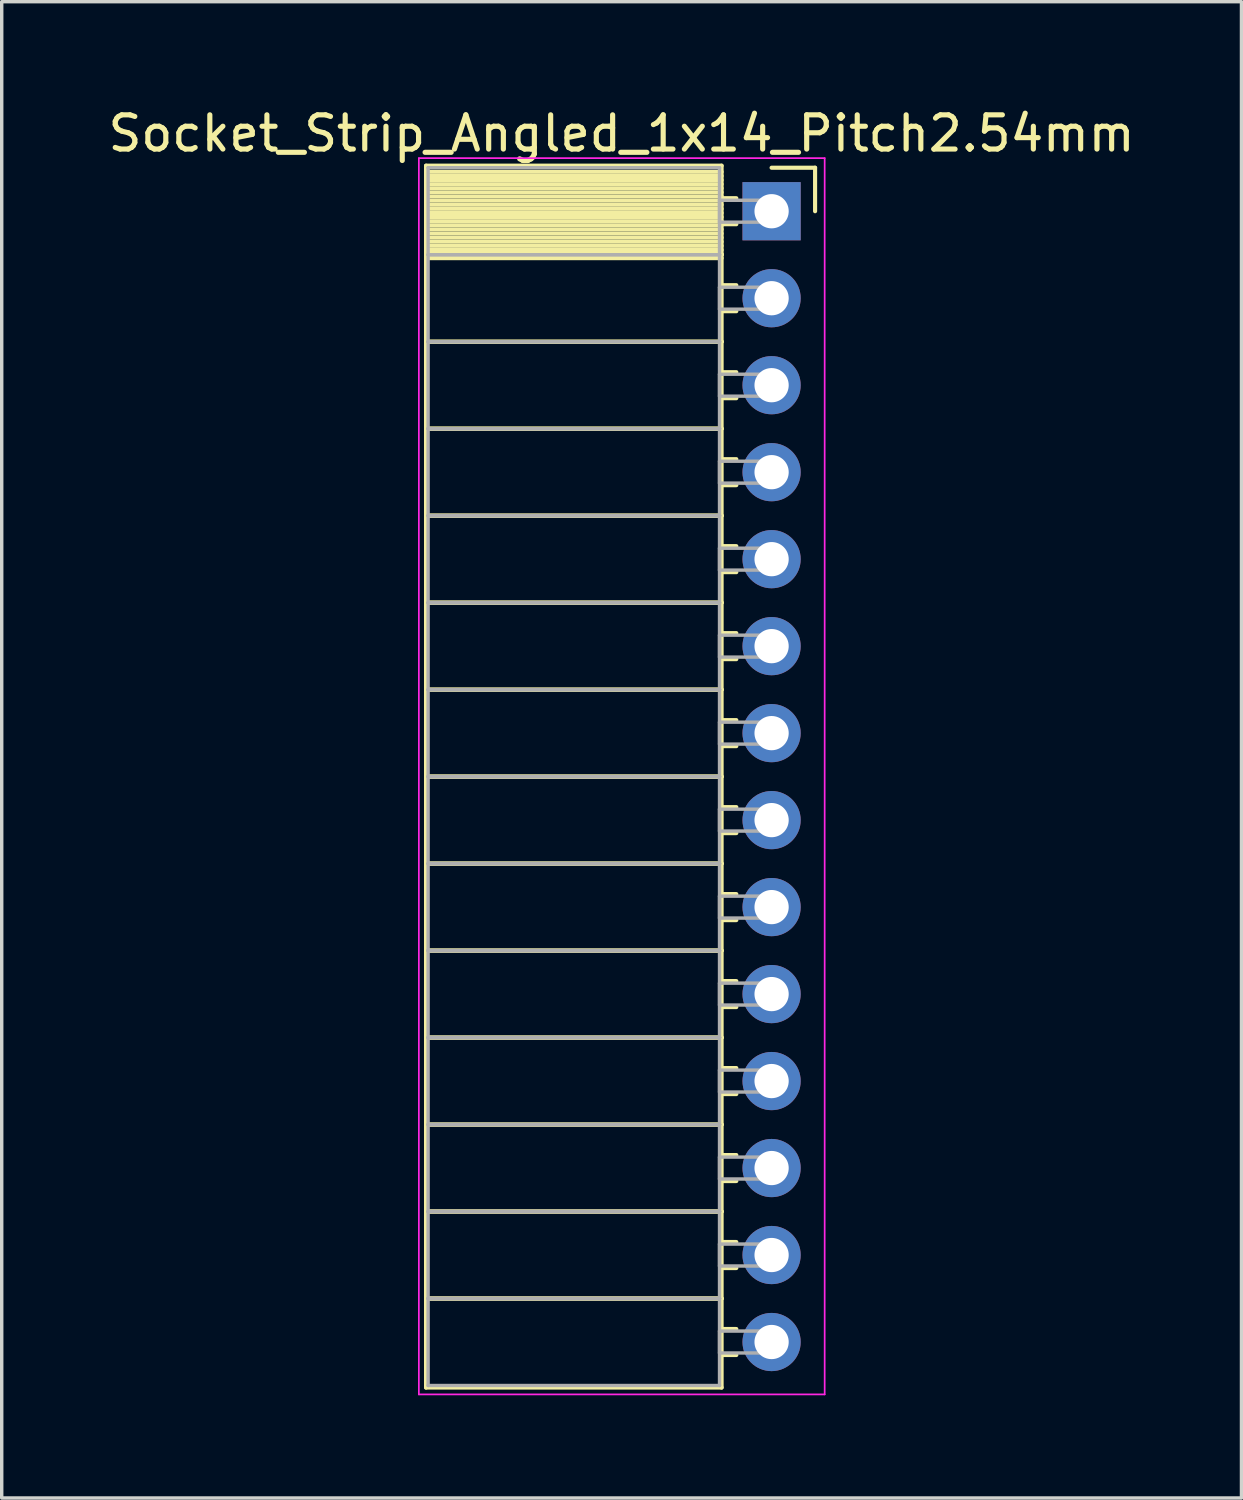
<source format=kicad_pcb>
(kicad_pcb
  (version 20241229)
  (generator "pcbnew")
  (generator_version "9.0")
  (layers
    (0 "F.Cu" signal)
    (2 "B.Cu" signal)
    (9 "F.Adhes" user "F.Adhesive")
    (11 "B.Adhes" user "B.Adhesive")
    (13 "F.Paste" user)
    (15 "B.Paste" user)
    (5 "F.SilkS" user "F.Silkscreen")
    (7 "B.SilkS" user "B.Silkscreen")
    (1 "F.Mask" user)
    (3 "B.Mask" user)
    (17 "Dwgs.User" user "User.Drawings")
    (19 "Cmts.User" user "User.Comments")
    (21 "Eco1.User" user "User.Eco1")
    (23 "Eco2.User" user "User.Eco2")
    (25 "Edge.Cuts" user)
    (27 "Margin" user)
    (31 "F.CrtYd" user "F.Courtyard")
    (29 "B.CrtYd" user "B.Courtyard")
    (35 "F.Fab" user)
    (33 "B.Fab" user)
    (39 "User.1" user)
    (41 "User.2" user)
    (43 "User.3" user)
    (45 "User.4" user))
  (footprint "Socket_Strip_Angled_1x14_Pitch2.54mm"
    (layer "F.Cu")
    (at 19.481 3.118)
    (property "Reference" "Socket_Strip_Angled_1x14_Pitch2.54mm" (at -4.38 -2.27 0) (layer "F.SilkS") (effects (font (size 1 1) (thickness 0.15))))
    (attr through_hole)
    (fp_line (start -10.09 -1.33) (end -1.46 -1.33) (stroke (width 0.12) (type solid)) (layer "F.SilkS"))
    (fp_line (start -10.09 1.27) (end -10.09 -1.33) (stroke (width 0.12) (type solid)) (layer "F.SilkS"))
    (fp_line (start -10.09 1.27) (end -1.46 1.27) (stroke (width 0.12) (type solid)) (layer "F.SilkS"))
    (fp_line (start -10.09 3.81) (end -10.09 1.27) (stroke (width 0.12) (type solid)) (layer "F.SilkS"))
    (fp_line (start -10.09 3.81) (end -1.46 3.81) (stroke (width 0.12) (type solid)) (layer "F.SilkS"))
    (fp_line (start -10.09 6.35) (end -10.09 3.81) (stroke (width 0.12) (type solid)) (layer "F.SilkS"))
    (fp_line (start -10.09 6.35) (end -1.46 6.35) (stroke (width 0.12) (type solid)) (layer "F.SilkS"))
    (fp_line (start -10.09 8.89) (end -10.09 6.35) (stroke (width 0.12) (type solid)) (layer "F.SilkS"))
    (fp_line (start -10.09 8.89) (end -1.46 8.89) (stroke (width 0.12) (type solid)) (layer "F.SilkS"))
    (fp_line (start -10.09 11.43) (end -10.09 8.89) (stroke (width 0.12) (type solid)) (layer "F.SilkS"))
    (fp_line (start -10.09 11.43) (end -1.46 11.43) (stroke (width 0.12) (type solid)) (layer "F.SilkS"))
    (fp_line (start -10.09 13.97) (end -10.09 11.43) (stroke (width 0.12) (type solid)) (layer "F.SilkS"))
    (fp_line (start -10.09 13.97) (end -1.46 13.97) (stroke (width 0.12) (type solid)) (layer "F.SilkS"))
    (fp_line (start -10.09 16.51) (end -10.09 13.97) (stroke (width 0.12) (type solid)) (layer "F.SilkS"))
    (fp_line (start -10.09 16.51) (end -1.46 16.51) (stroke (width 0.12) (type solid)) (layer "F.SilkS"))
    (fp_line (start -10.09 19.05) (end -10.09 16.51) (stroke (width 0.12) (type solid)) (layer "F.SilkS"))
    (fp_line (start -10.09 19.05) (end -1.46 19.05) (stroke (width 0.12) (type solid)) (layer "F.SilkS"))
    (fp_line (start -10.09 21.59) (end -10.09 19.05) (stroke (width 0.12) (type solid)) (layer "F.SilkS"))
    (fp_line (start -10.09 21.59) (end -1.46 21.59) (stroke (width 0.12) (type solid)) (layer "F.SilkS"))
    (fp_line (start -10.09 24.13) (end -10.09 21.59) (stroke (width 0.12) (type solid)) (layer "F.SilkS"))
    (fp_line (start -10.09 24.13) (end -1.46 24.13) (stroke (width 0.12) (type solid)) (layer "F.SilkS"))
    (fp_line (start -10.09 26.67) (end -10.09 24.13) (stroke (width 0.12) (type solid)) (layer "F.SilkS"))
    (fp_line (start -10.09 26.67) (end -1.46 26.67) (stroke (width 0.12) (type solid)) (layer "F.SilkS"))
    (fp_line (start -10.09 29.21) (end -10.09 26.67) (stroke (width 0.12) (type solid)) (layer "F.SilkS"))
    (fp_line (start -10.09 29.21) (end -1.46 29.21) (stroke (width 0.12) (type solid)) (layer "F.SilkS"))
    (fp_line (start -10.09 31.75) (end -10.09 29.21) (stroke (width 0.12) (type solid)) (layer "F.SilkS"))
    (fp_line (start -10.09 31.75) (end -1.46 31.75) (stroke (width 0.12) (type solid)) (layer "F.SilkS"))
    (fp_line (start -10.09 34.35) (end -10.09 31.75) (stroke (width 0.12) (type solid)) (layer "F.SilkS"))
    (fp_line (start -1.46 -1.33) (end -1.46 1.27) (stroke (width 0.12) (type solid)) (layer "F.SilkS"))
    (fp_line (start -1.46 -1.15) (end -10.09 -1.15) (stroke (width 0.12) (type solid)) (layer "F.SilkS"))
    (fp_line (start -1.46 -1.03) (end -10.09 -1.03) (stroke (width 0.12) (type solid)) (layer "F.SilkS"))
    (fp_line (start -1.46 -0.91) (end -10.09 -0.91) (stroke (width 0.12) (type solid)) (layer "F.SilkS"))
    (fp_line (start -1.46 -0.79) (end -10.09 -0.79) (stroke (width 0.12) (type solid)) (layer "F.SilkS"))
    (fp_line (start -1.46 -0.67) (end -10.09 -0.67) (stroke (width 0.12) (type solid)) (layer "F.SilkS"))
    (fp_line (start -1.46 -0.55) (end -10.09 -0.55) (stroke (width 0.12) (type solid)) (layer "F.SilkS"))
    (fp_line (start -1.46 -0.43) (end -10.09 -0.43) (stroke (width 0.12) (type solid)) (layer "F.SilkS"))
    (fp_line (start -1.46 -0.31) (end -10.09 -0.31) (stroke (width 0.12) (type solid)) (layer "F.SilkS"))
    (fp_line (start -1.46 -0.19) (end -10.09 -0.19) (stroke (width 0.12) (type solid)) (layer "F.SilkS"))
    (fp_line (start -1.46 -0.07) (end -10.09 -0.07) (stroke (width 0.12) (type solid)) (layer "F.SilkS"))
    (fp_line (start -1.46 0.05) (end -10.09 0.05) (stroke (width 0.12) (type solid)) (layer "F.SilkS"))
    (fp_line (start -1.46 0.17) (end -10.09 0.17) (stroke (width 0.12) (type solid)) (layer "F.SilkS"))
    (fp_line (start -1.46 0.29) (end -10.09 0.29) (stroke (width 0.12) (type solid)) (layer "F.SilkS"))
    (fp_line (start -1.46 0.41) (end -10.09 0.41) (stroke (width 0.12) (type solid)) (layer "F.SilkS"))
    (fp_line (start -1.46 0.53) (end -10.09 0.53) (stroke (width 0.12) (type solid)) (layer "F.SilkS"))
    (fp_line (start -1.46 0.65) (end -10.09 0.65) (stroke (width 0.12) (type solid)) (layer "F.SilkS"))
    (fp_line (start -1.46 0.77) (end -10.09 0.77) (stroke (width 0.12) (type solid)) (layer "F.SilkS"))
    (fp_line (start -1.46 0.89) (end -10.09 0.89) (stroke (width 0.12) (type solid)) (layer "F.SilkS"))
    (fp_line (start -1.46 1.01) (end -10.09 1.01) (stroke (width 0.12) (type solid)) (layer "F.SilkS"))
    (fp_line (start -1.46 1.13) (end -10.09 1.13) (stroke (width 0.12) (type solid)) (layer "F.SilkS"))
    (fp_line (start -1.46 1.25) (end -10.09 1.25) (stroke (width 0.12) (type solid)) (layer "F.SilkS"))
    (fp_line (start -1.46 1.27) (end -10.09 1.27) (stroke (width 0.12) (type solid)) (layer "F.SilkS"))
    (fp_line (start -1.46 1.27) (end -1.46 3.81) (stroke (width 0.12) (type solid)) (layer "F.SilkS"))
    (fp_line (start -1.46 1.37) (end -10.09 1.37) (stroke (width 0.12) (type solid)) (layer "F.SilkS"))
    (fp_line (start -1.46 3.81) (end -10.09 3.81) (stroke (width 0.12) (type solid)) (layer "F.SilkS"))
    (fp_line (start -1.46 3.81) (end -1.46 6.35) (stroke (width 0.12) (type solid)) (layer "F.SilkS"))
    (fp_line (start -1.46 6.35) (end -10.09 6.35) (stroke (width 0.12) (type solid)) (layer "F.SilkS"))
    (fp_line (start -1.46 6.35) (end -1.46 8.89) (stroke (width 0.12) (type solid)) (layer "F.SilkS"))
    (fp_line (start -1.46 8.89) (end -10.09 8.89) (stroke (width 0.12) (type solid)) (layer "F.SilkS"))
    (fp_line (start -1.46 8.89) (end -1.46 11.43) (stroke (width 0.12) (type solid)) (layer "F.SilkS"))
    (fp_line (start -1.46 11.43) (end -10.09 11.43) (stroke (width 0.12) (type solid)) (layer "F.SilkS"))
    (fp_line (start -1.46 11.43) (end -1.46 13.97) (stroke (width 0.12) (type solid)) (layer "F.SilkS"))
    (fp_line (start -1.46 13.97) (end -10.09 13.97) (stroke (width 0.12) (type solid)) (layer "F.SilkS"))
    (fp_line (start -1.46 13.97) (end -1.46 16.51) (stroke (width 0.12) (type solid)) (layer "F.SilkS"))
    (fp_line (start -1.46 16.51) (end -10.09 16.51) (stroke (width 0.12) (type solid)) (layer "F.SilkS"))
    (fp_line (start -1.46 16.51) (end -1.46 19.05) (stroke (width 0.12) (type solid)) (layer "F.SilkS"))
    (fp_line (start -1.46 19.05) (end -10.09 19.05) (stroke (width 0.12) (type solid)) (layer "F.SilkS"))
    (fp_line (start -1.46 19.05) (end -1.46 21.59) (stroke (width 0.12) (type solid)) (layer "F.SilkS"))
    (fp_line (start -1.46 21.59) (end -10.09 21.59) (stroke (width 0.12) (type solid)) (layer "F.SilkS"))
    (fp_line (start -1.46 21.59) (end -1.46 24.13) (stroke (width 0.12) (type solid)) (layer "F.SilkS"))
    (fp_line (start -1.46 24.13) (end -10.09 24.13) (stroke (width 0.12) (type solid)) (layer "F.SilkS"))
    (fp_line (start -1.46 24.13) (end -1.46 26.67) (stroke (width 0.12) (type solid)) (layer "F.SilkS"))
    (fp_line (start -1.46 26.67) (end -10.09 26.67) (stroke (width 0.12) (type solid)) (layer "F.SilkS"))
    (fp_line (start -1.46 26.67) (end -1.46 29.21) (stroke (width 0.12) (type solid)) (layer "F.SilkS"))
    (fp_line (start -1.46 29.21) (end -10.09 29.21) (stroke (width 0.12) (type solid)) (layer "F.SilkS"))
    (fp_line (start -1.46 29.21) (end -1.46 31.75) (stroke (width 0.12) (type solid)) (layer "F.SilkS"))
    (fp_line (start -1.46 31.75) (end -10.09 31.75) (stroke (width 0.12) (type solid)) (layer "F.SilkS"))
    (fp_line (start -1.46 31.75) (end -1.46 34.35) (stroke (width 0.12) (type solid)) (layer "F.SilkS"))
    (fp_line (start -1.46 34.35) (end -10.09 34.35) (stroke (width 0.12) (type solid)) (layer "F.SilkS"))
    (fp_line (start -1.03 -0.38) (end -1.46 -0.38) (stroke (width 0.12) (type solid)) (layer "F.SilkS"))
    (fp_line (start -1.03 0.38) (end -1.46 0.38) (stroke (width 0.12) (type solid)) (layer "F.SilkS"))
    (fp_line (start -1.03 2.16) (end -1.46 2.16) (stroke (width 0.12) (type solid)) (layer "F.SilkS"))
    (fp_line (start -1.03 2.92) (end -1.46 2.92) (stroke (width 0.12) (type solid)) (layer "F.SilkS"))
    (fp_line (start -1.03 4.7) (end -1.46 4.7) (stroke (width 0.12) (type solid)) (layer "F.SilkS"))
    (fp_line (start -1.03 5.46) (end -1.46 5.46) (stroke (width 0.12) (type solid)) (layer "F.SilkS"))
    (fp_line (start -1.03 7.24) (end -1.46 7.24) (stroke (width 0.12) (type solid)) (layer "F.SilkS"))
    (fp_line (start -1.03 8) (end -1.46 8) (stroke (width 0.12) (type solid)) (layer "F.SilkS"))
    (fp_line (start -1.03 9.78) (end -1.46 9.78) (stroke (width 0.12) (type solid)) (layer "F.SilkS"))
    (fp_line (start -1.03 10.54) (end -1.46 10.54) (stroke (width 0.12) (type solid)) (layer "F.SilkS"))
    (fp_line (start -1.03 12.32) (end -1.46 12.32) (stroke (width 0.12) (type solid)) (layer "F.SilkS"))
    (fp_line (start -1.03 13.08) (end -1.46 13.08) (stroke (width 0.12) (type solid)) (layer "F.SilkS"))
    (fp_line (start -1.03 14.86) (end -1.46 14.86) (stroke (width 0.12) (type solid)) (layer "F.SilkS"))
    (fp_line (start -1.03 15.62) (end -1.46 15.62) (stroke (width 0.12) (type solid)) (layer "F.SilkS"))
    (fp_line (start -1.03 17.4) (end -1.46 17.4) (stroke (width 0.12) (type solid)) (layer "F.SilkS"))
    (fp_line (start -1.03 18.16) (end -1.46 18.16) (stroke (width 0.12) (type solid)) (layer "F.SilkS"))
    (fp_line (start -1.03 19.94) (end -1.46 19.94) (stroke (width 0.12) (type solid)) (layer "F.SilkS"))
    (fp_line (start -1.03 20.7) (end -1.46 20.7) (stroke (width 0.12) (type solid)) (layer "F.SilkS"))
    (fp_line (start -1.03 22.48) (end -1.46 22.48) (stroke (width 0.12) (type solid)) (layer "F.SilkS"))
    (fp_line (start -1.03 23.24) (end -1.46 23.24) (stroke (width 0.12) (type solid)) (layer "F.SilkS"))
    (fp_line (start -1.03 25.02) (end -1.46 25.02) (stroke (width 0.12) (type solid)) (layer "F.SilkS"))
    (fp_line (start -1.03 25.78) (end -1.46 25.78) (stroke (width 0.12) (type solid)) (layer "F.SilkS"))
    (fp_line (start -1.03 27.56) (end -1.46 27.56) (stroke (width 0.12) (type solid)) (layer "F.SilkS"))
    (fp_line (start -1.03 28.32) (end -1.46 28.32) (stroke (width 0.12) (type solid)) (layer "F.SilkS"))
    (fp_line (start -1.03 30.1) (end -1.46 30.1) (stroke (width 0.12) (type solid)) (layer "F.SilkS"))
    (fp_line (start -1.03 30.86) (end -1.46 30.86) (stroke (width 0.12) (type solid)) (layer "F.SilkS"))
    (fp_line (start -1.03 32.64) (end -1.46 32.64) (stroke (width 0.12) (type solid)) (layer "F.SilkS"))
    (fp_line (start -1.03 33.4) (end -1.46 33.4) (stroke (width 0.12) (type solid)) (layer "F.SilkS"))
    (fp_line (start 0 -1.27) (end 1.27 -1.27) (stroke (width 0.12) (type solid)) (layer "F.SilkS"))
    (fp_line (start 1.27 -1.27) (end 1.27 0) (stroke (width 0.12) (type solid)) (layer "F.SilkS"))
    (fp_line (start -10.3 -1.55) (end 1.55 -1.55) (stroke (width 0.05) (type solid)) (layer "F.CrtYd"))
    (fp_line (start -10.3 34.55) (end -10.3 -1.55) (stroke (width 0.05) (type solid)) (layer "F.CrtYd"))
    (fp_line (start 1.55 -1.55) (end 1.55 34.55) (stroke (width 0.05) (type solid)) (layer "F.CrtYd"))
    (fp_line (start 1.55 34.55) (end -10.3 34.55) (stroke (width 0.05) (type solid)) (layer "F.CrtYd"))
    (fp_line (start -10.03 -1.27) (end -1.52 -1.27) (stroke (width 0.1) (type solid)) (layer "F.Fab"))
    (fp_line (start -10.03 1.27) (end -10.03 -1.27) (stroke (width 0.1) (type solid)) (layer "F.Fab"))
    (fp_line (start -10.03 1.27) (end -1.52 1.27) (stroke (width 0.1) (type solid)) (layer "F.Fab"))
    (fp_line (start -10.03 3.81) (end -10.03 1.27) (stroke (width 0.1) (type solid)) (layer "F.Fab"))
    (fp_line (start -10.03 3.81) (end -1.52 3.81) (stroke (width 0.1) (type solid)) (layer "F.Fab"))
    (fp_line (start -10.03 6.35) (end -10.03 3.81) (stroke (width 0.1) (type solid)) (layer "F.Fab"))
    (fp_line (start -10.03 6.35) (end -1.52 6.35) (stroke (width 0.1) (type solid)) (layer "F.Fab"))
    (fp_line (start -10.03 8.89) (end -10.03 6.35) (stroke (width 0.1) (type solid)) (layer "F.Fab"))
    (fp_line (start -10.03 8.89) (end -1.52 8.89) (stroke (width 0.1) (type solid)) (layer "F.Fab"))
    (fp_line (start -10.03 11.43) (end -10.03 8.89) (stroke (width 0.1) (type solid)) (layer "F.Fab"))
    (fp_line (start -10.03 11.43) (end -1.52 11.43) (stroke (width 0.1) (type solid)) (layer "F.Fab"))
    (fp_line (start -10.03 13.97) (end -10.03 11.43) (stroke (width 0.1) (type solid)) (layer "F.Fab"))
    (fp_line (start -10.03 13.97) (end -1.52 13.97) (stroke (width 0.1) (type solid)) (layer "F.Fab"))
    (fp_line (start -10.03 16.51) (end -10.03 13.97) (stroke (width 0.1) (type solid)) (layer "F.Fab"))
    (fp_line (start -10.03 16.51) (end -1.52 16.51) (stroke (width 0.1) (type solid)) (layer "F.Fab"))
    (fp_line (start -10.03 19.05) (end -10.03 16.51) (stroke (width 0.1) (type solid)) (layer "F.Fab"))
    (fp_line (start -10.03 19.05) (end -1.52 19.05) (stroke (width 0.1) (type solid)) (layer "F.Fab"))
    (fp_line (start -10.03 21.59) (end -10.03 19.05) (stroke (width 0.1) (type solid)) (layer "F.Fab"))
    (fp_line (start -10.03 21.59) (end -1.52 21.59) (stroke (width 0.1) (type solid)) (layer "F.Fab"))
    (fp_line (start -10.03 24.13) (end -10.03 21.59) (stroke (width 0.1) (type solid)) (layer "F.Fab"))
    (fp_line (start -10.03 24.13) (end -1.52 24.13) (stroke (width 0.1) (type solid)) (layer "F.Fab"))
    (fp_line (start -10.03 26.67) (end -10.03 24.13) (stroke (width 0.1) (type solid)) (layer "F.Fab"))
    (fp_line (start -10.03 26.67) (end -1.52 26.67) (stroke (width 0.1) (type solid)) (layer "F.Fab"))
    (fp_line (start -10.03 29.21) (end -10.03 26.67) (stroke (width 0.1) (type solid)) (layer "F.Fab"))
    (fp_line (start -10.03 29.21) (end -1.52 29.21) (stroke (width 0.1) (type solid)) (layer "F.Fab"))
    (fp_line (start -10.03 31.75) (end -10.03 29.21) (stroke (width 0.1) (type solid)) (layer "F.Fab"))
    (fp_line (start -10.03 31.75) (end -1.52 31.75) (stroke (width 0.1) (type solid)) (layer "F.Fab"))
    (fp_line (start -10.03 34.29) (end -10.03 31.75) (stroke (width 0.1) (type solid)) (layer "F.Fab"))
    (fp_line (start -1.52 -1.27) (end -1.52 1.27) (stroke (width 0.1) (type solid)) (layer "F.Fab"))
    (fp_line (start -1.52 -0.32) (end 0 -0.32) (stroke (width 0.1) (type solid)) (layer "F.Fab"))
    (fp_line (start -1.52 0.32) (end -1.52 -0.32) (stroke (width 0.1) (type solid)) (layer "F.Fab"))
    (fp_line (start -1.52 1.27) (end -10.03 1.27) (stroke (width 0.1) (type solid)) (layer "F.Fab"))
    (fp_line (start -1.52 1.27) (end -1.52 3.81) (stroke (width 0.1) (type solid)) (layer "F.Fab"))
    (fp_line (start -1.52 2.22) (end 0 2.22) (stroke (width 0.1) (type solid)) (layer "F.Fab"))
    (fp_line (start -1.52 2.86) (end -1.52 2.22) (stroke (width 0.1) (type solid)) (layer "F.Fab"))
    (fp_line (start -1.52 3.81) (end -10.03 3.81) (stroke (width 0.1) (type solid)) (layer "F.Fab"))
    (fp_line (start -1.52 3.81) (end -1.52 6.35) (stroke (width 0.1) (type solid)) (layer "F.Fab"))
    (fp_line (start -1.52 4.76) (end 0 4.76) (stroke (width 0.1) (type solid)) (layer "F.Fab"))
    (fp_line (start -1.52 5.4) (end -1.52 4.76) (stroke (width 0.1) (type solid)) (layer "F.Fab"))
    (fp_line (start -1.52 6.35) (end -10.03 6.35) (stroke (width 0.1) (type solid)) (layer "F.Fab"))
    (fp_line (start -1.52 6.35) (end -1.52 8.89) (stroke (width 0.1) (type solid)) (layer "F.Fab"))
    (fp_line (start -1.52 7.3) (end 0 7.3) (stroke (width 0.1) (type solid)) (layer "F.Fab"))
    (fp_line (start -1.52 7.94) (end -1.52 7.3) (stroke (width 0.1) (type solid)) (layer "F.Fab"))
    (fp_line (start -1.52 8.89) (end -10.03 8.89) (stroke (width 0.1) (type solid)) (layer "F.Fab"))
    (fp_line (start -1.52 8.89) (end -1.52 11.43) (stroke (width 0.1) (type solid)) (layer "F.Fab"))
    (fp_line (start -1.52 9.84) (end 0 9.84) (stroke (width 0.1) (type solid)) (layer "F.Fab"))
    (fp_line (start -1.52 10.48) (end -1.52 9.84) (stroke (width 0.1) (type solid)) (layer "F.Fab"))
    (fp_line (start -1.52 11.43) (end -10.03 11.43) (stroke (width 0.1) (type solid)) (layer "F.Fab"))
    (fp_line (start -1.52 11.43) (end -1.52 13.97) (stroke (width 0.1) (type solid)) (layer "F.Fab"))
    (fp_line (start -1.52 12.38) (end 0 12.38) (stroke (width 0.1) (type solid)) (layer "F.Fab"))
    (fp_line (start -1.52 13.02) (end -1.52 12.38) (stroke (width 0.1) (type solid)) (layer "F.Fab"))
    (fp_line (start -1.52 13.97) (end -10.03 13.97) (stroke (width 0.1) (type solid)) (layer "F.Fab"))
    (fp_line (start -1.52 13.97) (end -1.52 16.51) (stroke (width 0.1) (type solid)) (layer "F.Fab"))
    (fp_line (start -1.52 14.92) (end 0 14.92) (stroke (width 0.1) (type solid)) (layer "F.Fab"))
    (fp_line (start -1.52 15.56) (end -1.52 14.92) (stroke (width 0.1) (type solid)) (layer "F.Fab"))
    (fp_line (start -1.52 16.51) (end -10.03 16.51) (stroke (width 0.1) (type solid)) (layer "F.Fab"))
    (fp_line (start -1.52 16.51) (end -1.52 19.05) (stroke (width 0.1) (type solid)) (layer "F.Fab"))
    (fp_line (start -1.52 17.46) (end 0 17.46) (stroke (width 0.1) (type solid)) (layer "F.Fab"))
    (fp_line (start -1.52 18.1) (end -1.52 17.46) (stroke (width 0.1) (type solid)) (layer "F.Fab"))
    (fp_line (start -1.52 19.05) (end -10.03 19.05) (stroke (width 0.1) (type solid)) (layer "F.Fab"))
    (fp_line (start -1.52 19.05) (end -1.52 21.59) (stroke (width 0.1) (type solid)) (layer "F.Fab"))
    (fp_line (start -1.52 20) (end 0 20) (stroke (width 0.1) (type solid)) (layer "F.Fab"))
    (fp_line (start -1.52 20.64) (end -1.52 20) (stroke (width 0.1) (type solid)) (layer "F.Fab"))
    (fp_line (start -1.52 21.59) (end -10.03 21.59) (stroke (width 0.1) (type solid)) (layer "F.Fab"))
    (fp_line (start -1.52 21.59) (end -1.52 24.13) (stroke (width 0.1) (type solid)) (layer "F.Fab"))
    (fp_line (start -1.52 22.54) (end 0 22.54) (stroke (width 0.1) (type solid)) (layer "F.Fab"))
    (fp_line (start -1.52 23.18) (end -1.52 22.54) (stroke (width 0.1) (type solid)) (layer "F.Fab"))
    (fp_line (start -1.52 24.13) (end -10.03 24.13) (stroke (width 0.1) (type solid)) (layer "F.Fab"))
    (fp_line (start -1.52 24.13) (end -1.52 26.67) (stroke (width 0.1) (type solid)) (layer "F.Fab"))
    (fp_line (start -1.52 25.08) (end 0 25.08) (stroke (width 0.1) (type solid)) (layer "F.Fab"))
    (fp_line (start -1.52 25.72) (end -1.52 25.08) (stroke (width 0.1) (type solid)) (layer "F.Fab"))
    (fp_line (start -1.52 26.67) (end -10.03 26.67) (stroke (width 0.1) (type solid)) (layer "F.Fab"))
    (fp_line (start -1.52 26.67) (end -1.52 29.21) (stroke (width 0.1) (type solid)) (layer "F.Fab"))
    (fp_line (start -1.52 27.62) (end 0 27.62) (stroke (width 0.1) (type solid)) (layer "F.Fab"))
    (fp_line (start -1.52 28.26) (end -1.52 27.62) (stroke (width 0.1) (type solid)) (layer "F.Fab"))
    (fp_line (start -1.52 29.21) (end -10.03 29.21) (stroke (width 0.1) (type solid)) (layer "F.Fab"))
    (fp_line (start -1.52 29.21) (end -1.52 31.75) (stroke (width 0.1) (type solid)) (layer "F.Fab"))
    (fp_line (start -1.52 30.16) (end 0 30.16) (stroke (width 0.1) (type solid)) (layer "F.Fab"))
    (fp_line (start -1.52 30.8) (end -1.52 30.16) (stroke (width 0.1) (type solid)) (layer "F.Fab"))
    (fp_line (start -1.52 31.75) (end -10.03 31.75) (stroke (width 0.1) (type solid)) (layer "F.Fab"))
    (fp_line (start -1.52 31.75) (end -1.52 34.29) (stroke (width 0.1) (type solid)) (layer "F.Fab"))
    (fp_line (start -1.52 32.7) (end 0 32.7) (stroke (width 0.1) (type solid)) (layer "F.Fab"))
    (fp_line (start -1.52 33.34) (end -1.52 32.7) (stroke (width 0.1) (type solid)) (layer "F.Fab"))
    (fp_line (start -1.52 34.29) (end -10.03 34.29) (stroke (width 0.1) (type solid)) (layer "F.Fab"))
    (fp_line (start 0 -0.32) (end 0 0.32) (stroke (width 0.1) (type solid)) (layer "F.Fab"))
    (fp_line (start 0 0.32) (end -1.52 0.32) (stroke (width 0.1) (type solid)) (layer "F.Fab"))
    (fp_line (start 0 2.22) (end 0 2.86) (stroke (width 0.1) (type solid)) (layer "F.Fab"))
    (fp_line (start 0 2.86) (end -1.52 2.86) (stroke (width 0.1) (type solid)) (layer "F.Fab"))
    (fp_line (start 0 4.76) (end 0 5.4) (stroke (width 0.1) (type solid)) (layer "F.Fab"))
    (fp_line (start 0 5.4) (end -1.52 5.4) (stroke (width 0.1) (type solid)) (layer "F.Fab"))
    (fp_line (start 0 7.3) (end 0 7.94) (stroke (width 0.1) (type solid)) (layer "F.Fab"))
    (fp_line (start 0 7.94) (end -1.52 7.94) (stroke (width 0.1) (type solid)) (layer "F.Fab"))
    (fp_line (start 0 9.84) (end 0 10.48) (stroke (width 0.1) (type solid)) (layer "F.Fab"))
    (fp_line (start 0 10.48) (end -1.52 10.48) (stroke (width 0.1) (type solid)) (layer "F.Fab"))
    (fp_line (start 0 12.38) (end 0 13.02) (stroke (width 0.1) (type solid)) (layer "F.Fab"))
    (fp_line (start 0 13.02) (end -1.52 13.02) (stroke (width 0.1) (type solid)) (layer "F.Fab"))
    (fp_line (start 0 14.92) (end 0 15.56) (stroke (width 0.1) (type solid)) (layer "F.Fab"))
    (fp_line (start 0 15.56) (end -1.52 15.56) (stroke (width 0.1) (type solid)) (layer "F.Fab"))
    (fp_line (start 0 17.46) (end 0 18.1) (stroke (width 0.1) (type solid)) (layer "F.Fab"))
    (fp_line (start 0 18.1) (end -1.52 18.1) (stroke (width 0.1) (type solid)) (layer "F.Fab"))
    (fp_line (start 0 20) (end 0 20.64) (stroke (width 0.1) (type solid)) (layer "F.Fab"))
    (fp_line (start 0 20.64) (end -1.52 20.64) (stroke (width 0.1) (type solid)) (layer "F.Fab"))
    (fp_line (start 0 22.54) (end 0 23.18) (stroke (width 0.1) (type solid)) (layer "F.Fab"))
    (fp_line (start 0 23.18) (end -1.52 23.18) (stroke (width 0.1) (type solid)) (layer "F.Fab"))
    (fp_line (start 0 25.08) (end 0 25.72) (stroke (width 0.1) (type solid)) (layer "F.Fab"))
    (fp_line (start 0 25.72) (end -1.52 25.72) (stroke (width 0.1) (type solid)) (layer "F.Fab"))
    (fp_line (start 0 27.62) (end 0 28.26) (stroke (width 0.1) (type solid)) (layer "F.Fab"))
    (fp_line (start 0 28.26) (end -1.52 28.26) (stroke (width 0.1) (type solid)) (layer "F.Fab"))
    (fp_line (start 0 30.16) (end 0 30.8) (stroke (width 0.1) (type solid)) (layer "F.Fab"))
    (fp_line (start 0 30.8) (end -1.52 30.8) (stroke (width 0.1) (type solid)) (layer "F.Fab"))
    (fp_line (start 0 32.7) (end 0 33.34) (stroke (width 0.1) (type solid)) (layer "F.Fab"))
    (fp_line (start 0 33.34) (end -1.52 33.34) (stroke (width 0.1) (type solid)) (layer "F.Fab"))
    (pad "1" thru_hole rect (at 0 0) (size 1.7 1.7) (drill 1) (layers "*.Cu" "*.Mask"))
    (pad "2" thru_hole oval (at 0 2.54) (size 1.7 1.7) (drill 1) (layers "*.Cu" "*.Mask"))
    (pad "3" thru_hole oval (at 0 5.08) (size 1.7 1.7) (drill 1) (layers "*.Cu" "*.Mask"))
    (pad "4" thru_hole oval (at 0 7.62) (size 1.7 1.7) (drill 1) (layers "*.Cu" "*.Mask"))
    (pad "5" thru_hole oval (at 0 10.16) (size 1.7 1.7) (drill 1) (layers "*.Cu" "*.Mask"))
    (pad "6" thru_hole oval (at 0 12.7) (size 1.7 1.7) (drill 1) (layers "*.Cu" "*.Mask"))
    (pad "7" thru_hole oval (at 0 15.24) (size 1.7 1.7) (drill 1) (layers "*.Cu" "*.Mask"))
    (pad "8" thru_hole oval (at 0 17.78) (size 1.7 1.7) (drill 1) (layers "*.Cu" "*.Mask"))
    (pad "9" thru_hole oval (at 0 20.32) (size 1.7 1.7) (drill 1) (layers "*.Cu" "*.Mask"))
    (pad "10" thru_hole oval (at 0 22.86) (size 1.7 1.7) (drill 1) (layers "*.Cu" "*.Mask"))
    (pad "11" thru_hole oval (at 0 25.4) (size 1.7 1.7) (drill 1) (layers "*.Cu" "*.Mask"))
    (pad "12" thru_hole oval (at 0 27.94) (size 1.7 1.7) (drill 1) (layers "*.Cu" "*.Mask"))
    (pad "13" thru_hole oval (at 0 30.48) (size 1.7 1.7) (drill 1) (layers "*.Cu" "*.Mask"))
    (pad "14" thru_hole oval (at 0 33.02) (size 1.7 1.7) (drill 1) (layers "*.Cu" "*.Mask")))
  (gr_rect
    (start -3 -3)
    (end 33.202 40.693)
    (stroke (width 0.1) (type default))
    (fill no)
    (layer "Edge.Cuts")))
</source>
